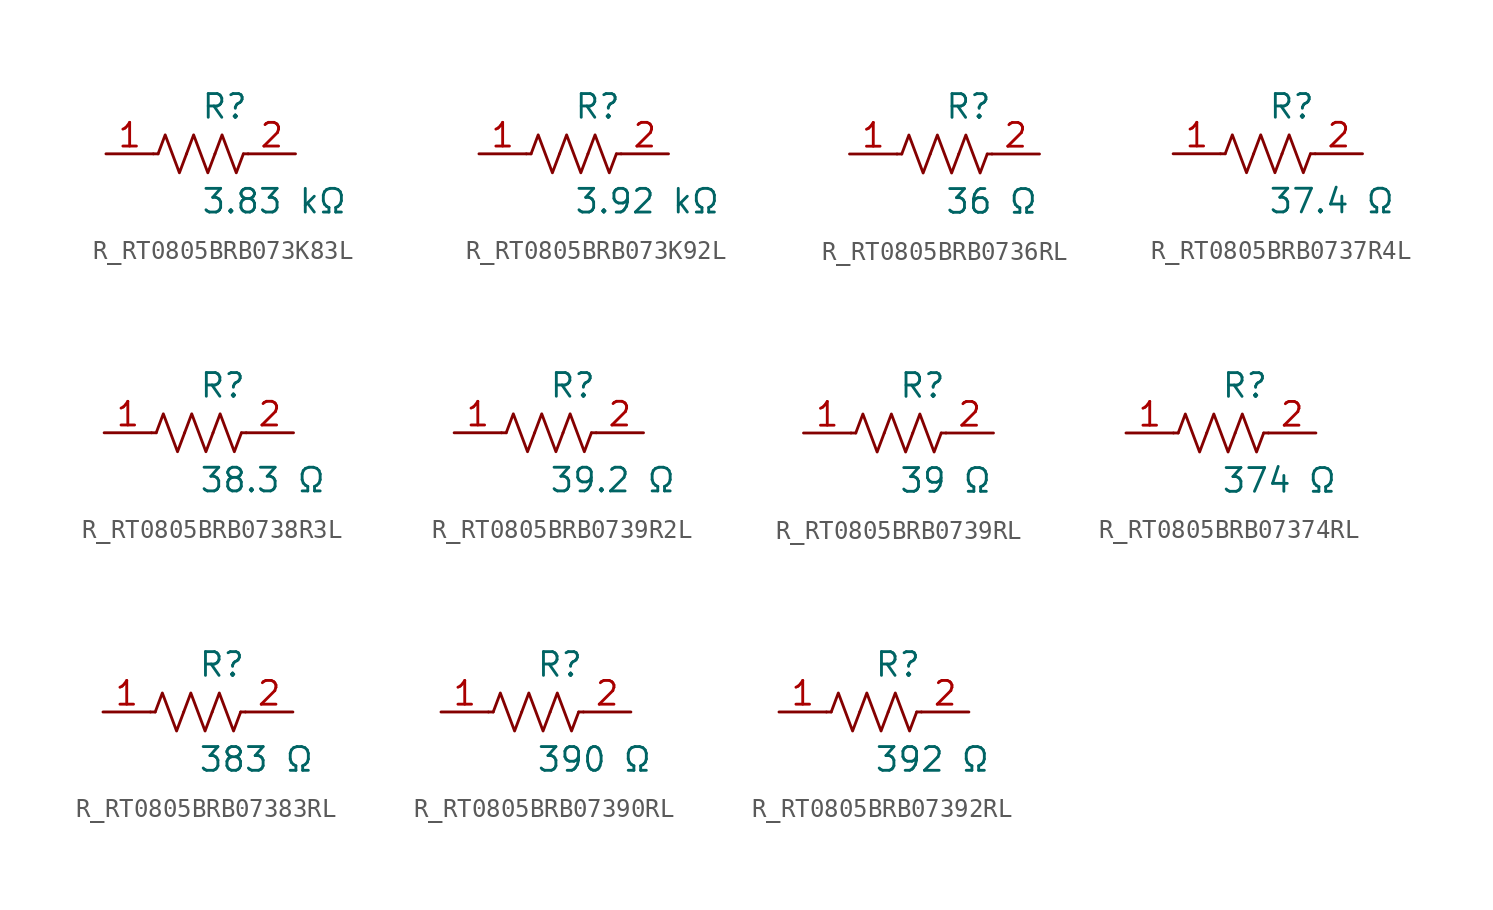
<source format=kicad_sym>
(kicad_symbol_lib
  (version 20231120)
  (generator kicad_symbol_editor)
  (generator_version 8.0)
  (symbol "R_RT0805BRB073K83L"
    (pin_names
      (offset 0.254))
    (property "Reference" "R"
      (at 0.0 2.54 0)
      (effects (font (size 1.27 1.27)) (justify left)))
    (property "Value" "3.83 kΩ"
      (at 0.0 -2.54 0)
      (effects (font (size 1.27 1.27)) (justify left)))
    (symbol "R_RT0805BRB073K83L_0_1"
      (polyline (pts (xy 2.286 0) (xy 2.54 0)) (stroke (width 0) (type default)) (fill (type none)))
      (polyline (pts (xy -2.286 0) (xy -2.54 0)) (stroke (width 0) (type default)) (fill (type none)))
      (polyline (pts (xy 0.762 0) (xy 1.143 1.016) (xy 1.524 0) (xy 1.905 -1.016) (xy 2.286 0)) (stroke (width 0) (type default)) (fill (type none)))
      (polyline (pts (xy -0.762 0) (xy -0.381 1.016) (xy 0 0) (xy 0.381 -1.016) (xy 0.762 0)) (stroke (width 0) (type default)) (fill (type none)))
      (polyline (pts (xy -2.286 0) (xy -1.905 1.016) (xy -1.524 0) (xy -1.143 -1.016) (xy -0.762 0)) (stroke (width 0) (type default)) (fill (type none))))
    (pin unspecified line
      (at -5.08 0 0)
      (length 2.54)
      (name "" (effects (font (size 1.27 1.27))))
      (number "1" (effects (font (size 1.27 1.27)))))
    (pin unspecified line
      (at 5.08 0 180)
      (length 2.54)
      (name "" (effects (font (size 1.27 1.27))))
      (number "2" (effects (font (size 1.27 1.27))))))
  (symbol "R_RT0805BRB073K92L"
    (pin_names
      (offset 0.254))
    (property "Reference" "R"
      (at 0.0 2.54 0)
      (effects (font (size 1.27 1.27)) (justify left)))
    (property "Value" "3.92 kΩ"
      (at 0.0 -2.54 0)
      (effects (font (size 1.27 1.27)) (justify left)))
    (symbol "R_RT0805BRB073K92L_0_1"
      (polyline (pts (xy 2.286 0) (xy 2.54 0)) (stroke (width 0) (type default)) (fill (type none)))
      (polyline (pts (xy -2.286 0) (xy -2.54 0)) (stroke (width 0) (type default)) (fill (type none)))
      (polyline (pts (xy 0.762 0) (xy 1.143 1.016) (xy 1.524 0) (xy 1.905 -1.016) (xy 2.286 0)) (stroke (width 0) (type default)) (fill (type none)))
      (polyline (pts (xy -0.762 0) (xy -0.381 1.016) (xy 0 0) (xy 0.381 -1.016) (xy 0.762 0)) (stroke (width 0) (type default)) (fill (type none)))
      (polyline (pts (xy -2.286 0) (xy -1.905 1.016) (xy -1.524 0) (xy -1.143 -1.016) (xy -0.762 0)) (stroke (width 0) (type default)) (fill (type none))))
    (pin unspecified line
      (at -5.08 0 0)
      (length 2.54)
      (name "" (effects (font (size 1.27 1.27))))
      (number "1" (effects (font (size 1.27 1.27)))))
    (pin unspecified line
      (at 5.08 0 180)
      (length 2.54)
      (name "" (effects (font (size 1.27 1.27))))
      (number "2" (effects (font (size 1.27 1.27))))))
  (symbol "R_RT0805BRB0736RL"
    (pin_names
      (offset 0.254))
    (property "Reference" "R"
      (at 0.0 2.54 0)
      (effects (font (size 1.27 1.27)) (justify left)))
    (property "Value" "36 Ω"
      (at 0.0 -2.54 0)
      (effects (font (size 1.27 1.27)) (justify left)))
    (symbol "R_RT0805BRB0736RL_0_1"
      (polyline (pts (xy 2.286 0) (xy 2.54 0)) (stroke (width 0) (type default)) (fill (type none)))
      (polyline (pts (xy -2.286 0) (xy -2.54 0)) (stroke (width 0) (type default)) (fill (type none)))
      (polyline (pts (xy 0.762 0) (xy 1.143 1.016) (xy 1.524 0) (xy 1.905 -1.016) (xy 2.286 0)) (stroke (width 0) (type default)) (fill (type none)))
      (polyline (pts (xy -0.762 0) (xy -0.381 1.016) (xy 0 0) (xy 0.381 -1.016) (xy 0.762 0)) (stroke (width 0) (type default)) (fill (type none)))
      (polyline (pts (xy -2.286 0) (xy -1.905 1.016) (xy -1.524 0) (xy -1.143 -1.016) (xy -0.762 0)) (stroke (width 0) (type default)) (fill (type none))))
    (pin unspecified line
      (at -5.08 0 0)
      (length 2.54)
      (name "" (effects (font (size 1.27 1.27))))
      (number "1" (effects (font (size 1.27 1.27)))))
    (pin unspecified line
      (at 5.08 0 180)
      (length 2.54)
      (name "" (effects (font (size 1.27 1.27))))
      (number "2" (effects (font (size 1.27 1.27))))))
  (symbol "R_RT0805BRB0737R4L"
    (pin_names
      (offset 0.254))
    (property "Reference" "R"
      (at 0.0 2.54 0)
      (effects (font (size 1.27 1.27)) (justify left)))
    (property "Value" "37.4 Ω"
      (at 0.0 -2.54 0)
      (effects (font (size 1.27 1.27)) (justify left)))
    (symbol "R_RT0805BRB0737R4L_0_1"
      (polyline (pts (xy 2.286 0) (xy 2.54 0)) (stroke (width 0) (type default)) (fill (type none)))
      (polyline (pts (xy -2.286 0) (xy -2.54 0)) (stroke (width 0) (type default)) (fill (type none)))
      (polyline (pts (xy 0.762 0) (xy 1.143 1.016) (xy 1.524 0) (xy 1.905 -1.016) (xy 2.286 0)) (stroke (width 0) (type default)) (fill (type none)))
      (polyline (pts (xy -0.762 0) (xy -0.381 1.016) (xy 0 0) (xy 0.381 -1.016) (xy 0.762 0)) (stroke (width 0) (type default)) (fill (type none)))
      (polyline (pts (xy -2.286 0) (xy -1.905 1.016) (xy -1.524 0) (xy -1.143 -1.016) (xy -0.762 0)) (stroke (width 0) (type default)) (fill (type none))))
    (pin unspecified line
      (at -5.08 0 0)
      (length 2.54)
      (name "" (effects (font (size 1.27 1.27))))
      (number "1" (effects (font (size 1.27 1.27)))))
    (pin unspecified line
      (at 5.08 0 180)
      (length 2.54)
      (name "" (effects (font (size 1.27 1.27))))
      (number "2" (effects (font (size 1.27 1.27))))))
  (symbol "R_RT0805BRB0738R3L"
    (pin_names
      (offset 0.254))
    (property "Reference" "R"
      (at 0.0 2.54 0)
      (effects (font (size 1.27 1.27)) (justify left)))
    (property "Value" "38.3 Ω"
      (at 0.0 -2.54 0)
      (effects (font (size 1.27 1.27)) (justify left)))
    (symbol "R_RT0805BRB0738R3L_0_1"
      (polyline (pts (xy 2.286 0) (xy 2.54 0)) (stroke (width 0) (type default)) (fill (type none)))
      (polyline (pts (xy -2.286 0) (xy -2.54 0)) (stroke (width 0) (type default)) (fill (type none)))
      (polyline (pts (xy 0.762 0) (xy 1.143 1.016) (xy 1.524 0) (xy 1.905 -1.016) (xy 2.286 0)) (stroke (width 0) (type default)) (fill (type none)))
      (polyline (pts (xy -0.762 0) (xy -0.381 1.016) (xy 0 0) (xy 0.381 -1.016) (xy 0.762 0)) (stroke (width 0) (type default)) (fill (type none)))
      (polyline (pts (xy -2.286 0) (xy -1.905 1.016) (xy -1.524 0) (xy -1.143 -1.016) (xy -0.762 0)) (stroke (width 0) (type default)) (fill (type none))))
    (pin unspecified line
      (at -5.08 0 0)
      (length 2.54)
      (name "" (effects (font (size 1.27 1.27))))
      (number "1" (effects (font (size 1.27 1.27)))))
    (pin unspecified line
      (at 5.08 0 180)
      (length 2.54)
      (name "" (effects (font (size 1.27 1.27))))
      (number "2" (effects (font (size 1.27 1.27))))))
  (symbol "R_RT0805BRB0739R2L"
    (pin_names
      (offset 0.254))
    (property "Reference" "R"
      (at 0.0 2.54 0)
      (effects (font (size 1.27 1.27)) (justify left)))
    (property "Value" "39.2 Ω"
      (at 0.0 -2.54 0)
      (effects (font (size 1.27 1.27)) (justify left)))
    (symbol "R_RT0805BRB0739R2L_0_1"
      (polyline (pts (xy 2.286 0) (xy 2.54 0)) (stroke (width 0) (type default)) (fill (type none)))
      (polyline (pts (xy -2.286 0) (xy -2.54 0)) (stroke (width 0) (type default)) (fill (type none)))
      (polyline (pts (xy 0.762 0) (xy 1.143 1.016) (xy 1.524 0) (xy 1.905 -1.016) (xy 2.286 0)) (stroke (width 0) (type default)) (fill (type none)))
      (polyline (pts (xy -0.762 0) (xy -0.381 1.016) (xy 0 0) (xy 0.381 -1.016) (xy 0.762 0)) (stroke (width 0) (type default)) (fill (type none)))
      (polyline (pts (xy -2.286 0) (xy -1.905 1.016) (xy -1.524 0) (xy -1.143 -1.016) (xy -0.762 0)) (stroke (width 0) (type default)) (fill (type none))))
    (pin unspecified line
      (at -5.08 0 0)
      (length 2.54)
      (name "" (effects (font (size 1.27 1.27))))
      (number "1" (effects (font (size 1.27 1.27)))))
    (pin unspecified line
      (at 5.08 0 180)
      (length 2.54)
      (name "" (effects (font (size 1.27 1.27))))
      (number "2" (effects (font (size 1.27 1.27))))))
  (symbol "R_RT0805BRB0739RL"
    (pin_names
      (offset 0.254))
    (property "Reference" "R"
      (at 0.0 2.54 0)
      (effects (font (size 1.27 1.27)) (justify left)))
    (property "Value" "39 Ω"
      (at 0.0 -2.54 0)
      (effects (font (size 1.27 1.27)) (justify left)))
    (symbol "R_RT0805BRB0739RL_0_1"
      (polyline (pts (xy 2.286 0) (xy 2.54 0)) (stroke (width 0) (type default)) (fill (type none)))
      (polyline (pts (xy -2.286 0) (xy -2.54 0)) (stroke (width 0) (type default)) (fill (type none)))
      (polyline (pts (xy 0.762 0) (xy 1.143 1.016) (xy 1.524 0) (xy 1.905 -1.016) (xy 2.286 0)) (stroke (width 0) (type default)) (fill (type none)))
      (polyline (pts (xy -0.762 0) (xy -0.381 1.016) (xy 0 0) (xy 0.381 -1.016) (xy 0.762 0)) (stroke (width 0) (type default)) (fill (type none)))
      (polyline (pts (xy -2.286 0) (xy -1.905 1.016) (xy -1.524 0) (xy -1.143 -1.016) (xy -0.762 0)) (stroke (width 0) (type default)) (fill (type none))))
    (pin unspecified line
      (at -5.08 0 0)
      (length 2.54)
      (name "" (effects (font (size 1.27 1.27))))
      (number "1" (effects (font (size 1.27 1.27)))))
    (pin unspecified line
      (at 5.08 0 180)
      (length 2.54)
      (name "" (effects (font (size 1.27 1.27))))
      (number "2" (effects (font (size 1.27 1.27))))))
  (symbol "R_RT0805BRB07374RL"
    (pin_names
      (offset 0.254))
    (property "Reference" "R"
      (at 0.0 2.54 0)
      (effects (font (size 1.27 1.27)) (justify left)))
    (property "Value" "374 Ω"
      (at 0.0 -2.54 0)
      (effects (font (size 1.27 1.27)) (justify left)))
    (symbol "R_RT0805BRB07374RL_0_1"
      (polyline (pts (xy 2.286 0) (xy 2.54 0)) (stroke (width 0) (type default)) (fill (type none)))
      (polyline (pts (xy -2.286 0) (xy -2.54 0)) (stroke (width 0) (type default)) (fill (type none)))
      (polyline (pts (xy 0.762 0) (xy 1.143 1.016) (xy 1.524 0) (xy 1.905 -1.016) (xy 2.286 0)) (stroke (width 0) (type default)) (fill (type none)))
      (polyline (pts (xy -0.762 0) (xy -0.381 1.016) (xy 0 0) (xy 0.381 -1.016) (xy 0.762 0)) (stroke (width 0) (type default)) (fill (type none)))
      (polyline (pts (xy -2.286 0) (xy -1.905 1.016) (xy -1.524 0) (xy -1.143 -1.016) (xy -0.762 0)) (stroke (width 0) (type default)) (fill (type none))))
    (pin unspecified line
      (at -5.08 0 0)
      (length 2.54)
      (name "" (effects (font (size 1.27 1.27))))
      (number "1" (effects (font (size 1.27 1.27)))))
    (pin unspecified line
      (at 5.08 0 180)
      (length 2.54)
      (name "" (effects (font (size 1.27 1.27))))
      (number "2" (effects (font (size 1.27 1.27))))))
  (symbol "R_RT0805BRB07383RL"
    (pin_names
      (offset 0.254))
    (property "Reference" "R"
      (at 0.0 2.54 0)
      (effects (font (size 1.27 1.27)) (justify left)))
    (property "Value" "383 Ω"
      (at 0.0 -2.54 0)
      (effects (font (size 1.27 1.27)) (justify left)))
    (symbol "R_RT0805BRB07383RL_0_1"
      (polyline (pts (xy 2.286 0) (xy 2.54 0)) (stroke (width 0) (type default)) (fill (type none)))
      (polyline (pts (xy -2.286 0) (xy -2.54 0)) (stroke (width 0) (type default)) (fill (type none)))
      (polyline (pts (xy 0.762 0) (xy 1.143 1.016) (xy 1.524 0) (xy 1.905 -1.016) (xy 2.286 0)) (stroke (width 0) (type default)) (fill (type none)))
      (polyline (pts (xy -0.762 0) (xy -0.381 1.016) (xy 0 0) (xy 0.381 -1.016) (xy 0.762 0)) (stroke (width 0) (type default)) (fill (type none)))
      (polyline (pts (xy -2.286 0) (xy -1.905 1.016) (xy -1.524 0) (xy -1.143 -1.016) (xy -0.762 0)) (stroke (width 0) (type default)) (fill (type none))))
    (pin unspecified line
      (at -5.08 0 0)
      (length 2.54)
      (name "" (effects (font (size 1.27 1.27))))
      (number "1" (effects (font (size 1.27 1.27)))))
    (pin unspecified line
      (at 5.08 0 180)
      (length 2.54)
      (name "" (effects (font (size 1.27 1.27))))
      (number "2" (effects (font (size 1.27 1.27))))))
  (symbol "R_RT0805BRB07390RL"
    (pin_names
      (offset 0.254))
    (property "Reference" "R"
      (at 0.0 2.54 0)
      (effects (font (size 1.27 1.27)) (justify left)))
    (property "Value" "390 Ω"
      (at 0.0 -2.54 0)
      (effects (font (size 1.27 1.27)) (justify left)))
    (symbol "R_RT0805BRB07390RL_0_1"
      (polyline (pts (xy 2.286 0) (xy 2.54 0)) (stroke (width 0) (type default)) (fill (type none)))
      (polyline (pts (xy -2.286 0) (xy -2.54 0)) (stroke (width 0) (type default)) (fill (type none)))
      (polyline (pts (xy 0.762 0) (xy 1.143 1.016) (xy 1.524 0) (xy 1.905 -1.016) (xy 2.286 0)) (stroke (width 0) (type default)) (fill (type none)))
      (polyline (pts (xy -0.762 0) (xy -0.381 1.016) (xy 0 0) (xy 0.381 -1.016) (xy 0.762 0)) (stroke (width 0) (type default)) (fill (type none)))
      (polyline (pts (xy -2.286 0) (xy -1.905 1.016) (xy -1.524 0) (xy -1.143 -1.016) (xy -0.762 0)) (stroke (width 0) (type default)) (fill (type none))))
    (pin unspecified line
      (at -5.08 0 0)
      (length 2.54)
      (name "" (effects (font (size 1.27 1.27))))
      (number "1" (effects (font (size 1.27 1.27)))))
    (pin unspecified line
      (at 5.08 0 180)
      (length 2.54)
      (name "" (effects (font (size 1.27 1.27))))
      (number "2" (effects (font (size 1.27 1.27))))))
  (symbol "R_RT0805BRB07392RL"
    (pin_names
      (offset 0.254))
    (property "Reference" "R"
      (at 0.0 2.54 0)
      (effects (font (size 1.27 1.27)) (justify left)))
    (property "Value" "392 Ω"
      (at 0.0 -2.54 0)
      (effects (font (size 1.27 1.27)) (justify left)))
    (symbol "R_RT0805BRB07392RL_0_1"
      (polyline (pts (xy 2.286 0) (xy 2.54 0)) (stroke (width 0) (type default)) (fill (type none)))
      (polyline (pts (xy -2.286 0) (xy -2.54 0)) (stroke (width 0) (type default)) (fill (type none)))
      (polyline (pts (xy 0.762 0) (xy 1.143 1.016) (xy 1.524 0) (xy 1.905 -1.016) (xy 2.286 0)) (stroke (width 0) (type default)) (fill (type none)))
      (polyline (pts (xy -0.762 0) (xy -0.381 1.016) (xy 0 0) (xy 0.381 -1.016) (xy 0.762 0)) (stroke (width 0) (type default)) (fill (type none)))
      (polyline (pts (xy -2.286 0) (xy -1.905 1.016) (xy -1.524 0) (xy -1.143 -1.016) (xy -0.762 0)) (stroke (width 0) (type default)) (fill (type none))))
    (pin unspecified line
      (at -5.08 0 0)
      (length 2.54)
      (name "" (effects (font (size 1.27 1.27))))
      (number "1" (effects (font (size 1.27 1.27)))))
    (pin unspecified line
      (at 5.08 0 180)
      (length 2.54)
      (name "" (effects (font (size 1.27 1.27))))
      (number "2" (effects (font (size 1.27 1.27)))))))
</source>
